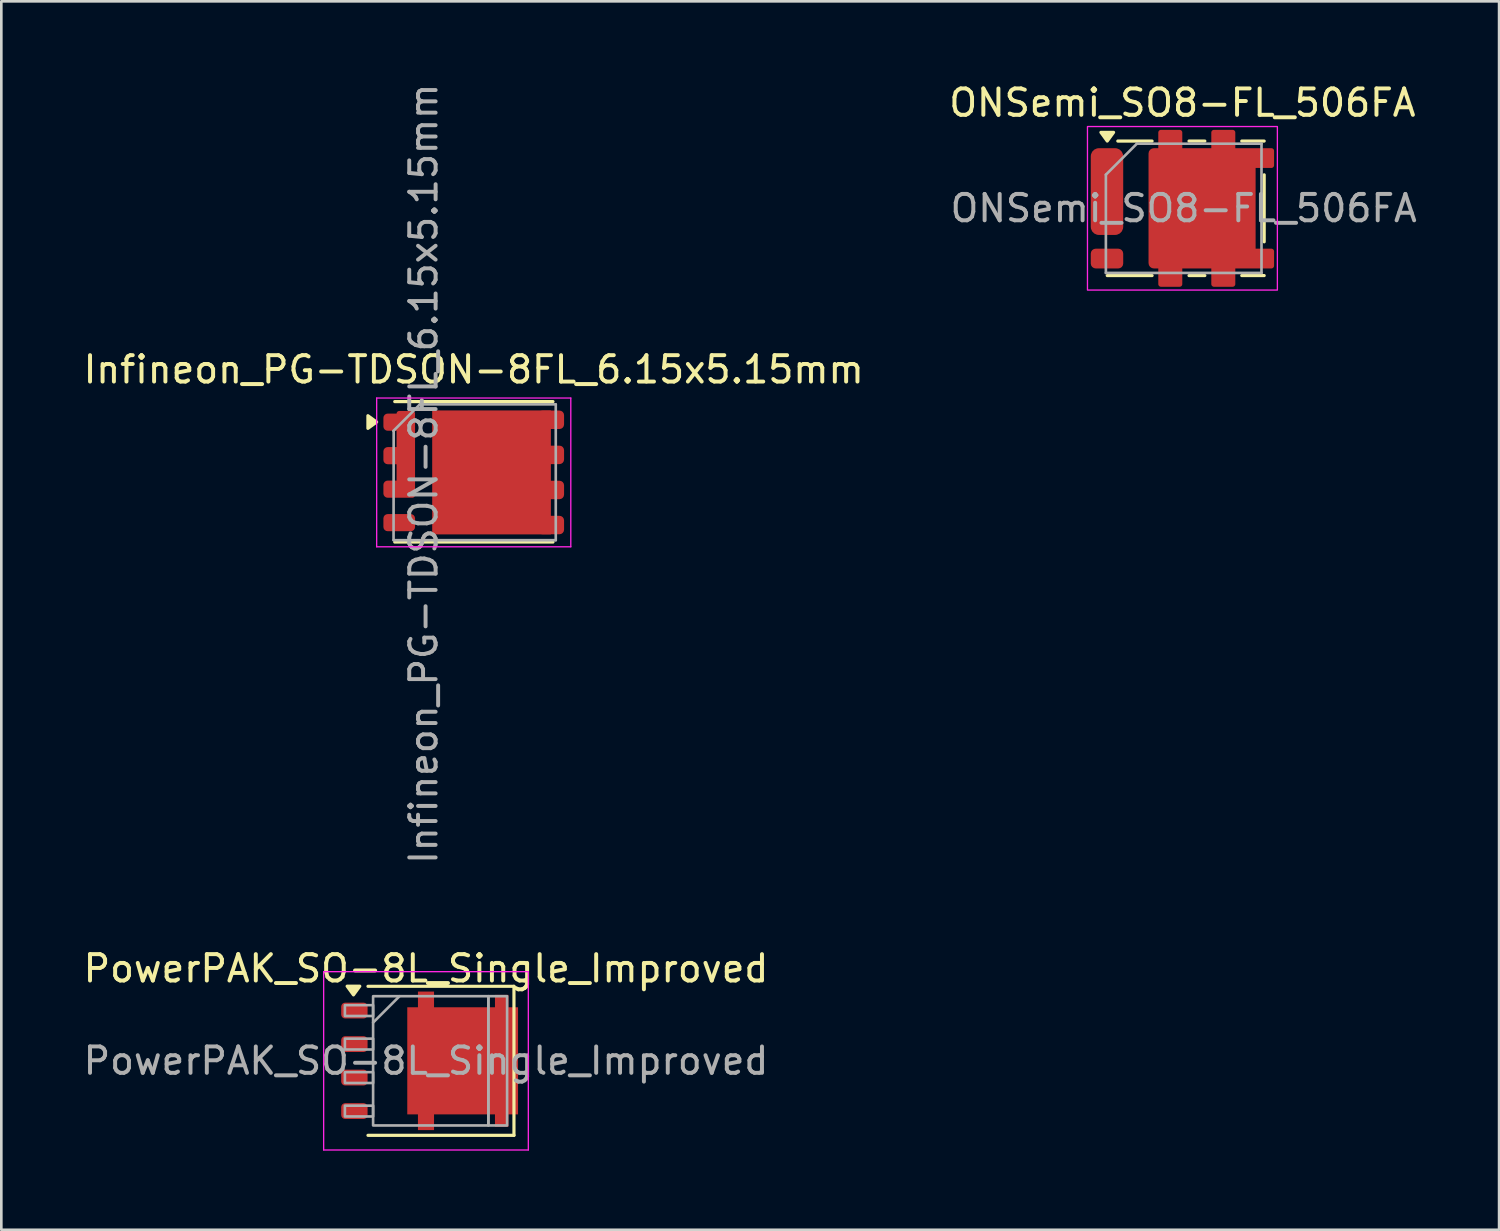
<source format=kicad_pcb>
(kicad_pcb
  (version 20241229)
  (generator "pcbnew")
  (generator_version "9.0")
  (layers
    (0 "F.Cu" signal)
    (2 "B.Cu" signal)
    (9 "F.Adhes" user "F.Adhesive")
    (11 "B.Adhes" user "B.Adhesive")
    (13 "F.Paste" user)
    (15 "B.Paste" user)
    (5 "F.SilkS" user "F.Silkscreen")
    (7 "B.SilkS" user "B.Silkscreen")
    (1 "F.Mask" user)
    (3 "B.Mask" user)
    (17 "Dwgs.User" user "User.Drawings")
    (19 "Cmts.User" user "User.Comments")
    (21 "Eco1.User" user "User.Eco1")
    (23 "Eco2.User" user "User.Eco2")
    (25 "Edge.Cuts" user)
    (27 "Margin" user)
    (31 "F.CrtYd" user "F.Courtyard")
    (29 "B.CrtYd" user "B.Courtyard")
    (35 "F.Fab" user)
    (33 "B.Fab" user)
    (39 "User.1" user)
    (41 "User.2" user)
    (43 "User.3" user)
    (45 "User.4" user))
  (footprint "ONSemi_SO8-FL_506FA"
    (layer "F.Cu")
    (at 41.78 4.848)
    (property "Reference" "ONSemi_SO8-FL_506FA" (at 0 -4 0) (layer "F.SilkS") (effects (font (size 1 1) (thickness 0.15))))
    (attr smd)
    (fp_line (start -1.15 -2.55) (end -2.45 -2.55) (stroke (width 0.12) (type solid)) (layer "F.SilkS"))
    (fp_line (start -1.15 2.55) (end -2.85 2.55) (stroke (width 0.12) (type solid)) (layer "F.SilkS"))
    (fp_line (start 0.25 -2.55) (end 0.85 -2.55) (stroke (width 0.12) (type default)) (layer "F.SilkS"))
    (fp_line (start 0.25 2.55) (end 0.85 2.55) (stroke (width 0.12) (type default)) (layer "F.SilkS"))
    (fp_line (start 3.1 -2.55) (end 2.25 -2.55) (stroke (width 0.12) (type solid)) (layer "F.SilkS"))
    (fp_line (start 3.1 -1.27) (end 3.1 1.27) (stroke (width 0.12) (type solid)) (layer "F.SilkS"))
    (fp_line (start 3.1 2.55) (end 2.25 2.55) (stroke (width 0.12) (type solid)) (layer "F.SilkS"))
    (fp_poly (pts (xy -2.85 -2.55) (xy -2.61 -2.88) (xy -3.09 -2.88) (xy -2.85 -2.55)) (stroke (width 0.12) (type solid)) (fill yes) (layer "F.SilkS"))
    (fp_rect (start -3.6 -3.1) (end 3.6 3.1) (stroke (width 0.05) (type default)) (fill no) (layer "F.CrtYd"))
    (fp_line (start -2.902 -1.275) (end -2.902 2.45) (stroke (width 0.1) (type solid)) (layer "F.Fab"))
    (fp_line (start -1.727 -2.45) (end -2.902 -1.275) (stroke (width 0.1) (type solid)) (layer "F.Fab"))
    (fp_line (start 2.998 -2.45) (end -1.727 -2.45) (stroke (width 0.1) (type solid)) (layer "F.Fab"))
    (fp_line (start 2.998 -2.45) (end 2.998 2.45) (stroke (width 0.1) (type solid)) (layer "F.Fab"))
    (fp_line (start 2.998 2.45) (end -2.902 2.45) (stroke (width 0.1) (type solid)) (layer "F.Fab"))
    (fp_text user "${REFERENCE}" (at 0.048 0 0) (layer "F.Fab") (effects (font (size 1 1) (thickness 0.15))))
    (pad "1" smd roundrect (at -2.86 -0.635) (size 1.23 3.29) (layers "F.Cu" "F.Mask" "F.Paste") (roundrect_rratio 0.25))
    (pad "2" smd roundrect (at -2.86 1.905) (size 1.23 0.75) (layers "F.Cu" "F.Mask" "F.Paste") (roundrect_rratio 0.25))
    (pad "3" smd custom (at 0.745 0) (size 4.06 4.06) (layers "F.Cu" "F.Mask" "F.Paste") (options (anchor circle)) (primitives (gr_poly (pts (xy -2.03 -2.077) (xy -2.015 -2.155) (xy -1.971 -2.221) (xy -1.905 -2.265) (xy -1.827 -2.28) (xy 1.827 -2.28) (xy 1.905 -2.265) (xy 1.971 -2.221) (xy 2.015 -2.155) (xy 2.03 -2.077) (xy 2.03 2.077) (xy 2.015 2.155) (xy 1.971 2.221) (xy 1.905 2.265) (xy 1.827 2.28) (xy -1.827 2.28) (xy -1.905 2.265) (xy -1.971 2.221) (xy -2.015 2.155) (xy -2.03 2.077)) (width 0) (fill yes)) (gr_rect (start 1.755 1.63) (end 2.63 2.18) (width 0.2) (fill yes)) (gr_rect (start 1.755 -2.18) (end 2.63 -1.63) (width 0.2) (fill yes)) (gr_rect (start 0.45 -2.875) (end 1.16 2.875) (width 0.2) (fill yes)) (gr_rect (start -1.56 -2.875) (end -0.85 2.875) (width 0.2) (fill yes)))))
  (footprint "PowerPAK_SO-8L_Single_Improved"
    (layer "F.Cu")
    (at 13.101 37.17)
    (property "Reference" "PowerPAK_SO-8L_Single_Improved" (at 0 -3.5 0) (layer "F.SilkS") (effects (font (size 1 1) (thickness 0.15))))
    (attr smd)
    (fp_line (start -2.2 -2.825) (end 3.335 -2.825) (stroke (width 0.12) (type solid)) (layer "F.SilkS"))
    (fp_line (start -2.2 2.825) (end 3.335 2.825) (stroke (width 0.12) (type solid)) (layer "F.SilkS"))
    (fp_line (start 3.335 -2.825) (end 3.335 2.825) (stroke (width 0.12) (type solid)) (layer "F.SilkS"))
    (fp_poly (pts (xy -2.75 -2.5) (xy -2.51 -2.83) (xy -2.99 -2.83) (xy -2.75 -2.5)) (stroke (width 0.12) (type solid)) (fill yes) (layer "F.SilkS"))
    (fp_line (start -3.88 -3.38) (end -3.88 3.38) (stroke (width 0.05) (type solid)) (layer "F.CrtYd"))
    (fp_line (start -3.88 -3.38) (end 3.88 -3.38) (stroke (width 0.05) (type solid)) (layer "F.CrtYd"))
    (fp_line (start -3.88 3.38) (end 3.88 3.38) (stroke (width 0.05) (type solid)) (layer "F.CrtYd"))
    (fp_line (start 3.88 -3.38) (end 3.88 3.38) (stroke (width 0.05) (type solid)) (layer "F.CrtYd"))
    (fp_line (start -2.005 -1.45) (end -1.005 -2.45) (stroke (width 0.1) (type default)) (layer "F.Fab"))
    (fp_rect (start -3.075 -2.11) (end -2.005 -1.7) (stroke (width 0.1) (type default)) (fill no) (layer "F.Fab"))
    (fp_rect (start -3.075 -0.84) (end -2.005 -0.43) (stroke (width 0.1) (type default)) (fill no) (layer "F.Fab"))
    (fp_rect (start -3.075 0.43) (end -2.005 0.84) (stroke (width 0.1) (type default)) (fill no) (layer "F.Fab"))
    (fp_rect (start -3.075 1.7) (end -2.005 2.11) (stroke (width 0.1) (type default)) (fill no) (layer "F.Fab"))
    (fp_rect (start -2.005 -2.45) (end 2.365 2.45) (stroke (width 0.1) (type default)) (fill no) (layer "F.Fab"))
    (fp_rect (start 2.365 -2.45) (end 3.075 2.45) (stroke (width 0.1) (type default)) (fill no) (layer "F.Fab"))
    (fp_text user "${REFERENCE}" (at 0 0 0) (layer "F.Fab") (effects (font (size 1 1) (thickness 0.15))))
    (pad "" smd roundrect (at 0.107 -0.965) (size 1.645 1.63) (layers "F.Paste") (roundrect_rratio 0.25))
    (pad "" smd roundrect (at 0.107 0.965) (size 1.645 1.63) (layers "F.Paste") (roundrect_rratio 0.25))
    (pad "" smd roundrect (at 2.053 -0.965) (size 1.645 1.63) (layers "F.Paste") (roundrect_rratio 0.25))
    (pad "" smd roundrect (at 2.053 0.965) (size 1.645 1.63) (layers "F.Paste") (roundrect_rratio 0.25))
    (pad "1" smd roundrect (at -2.715 -1.905) (size 1 0.6) (layers "F.Cu" "F.Mask" "F.Paste") (roundrect_rratio 0.25))
    (pad "2" smd roundrect (at -2.715 -0.635) (size 1 0.6) (layers "F.Cu" "F.Mask" "F.Paste") (roundrect_rratio 0.25))
    (pad "3" smd roundrect (at -2.715 0.635) (size 1 0.6) (layers "F.Cu" "F.Mask" "F.Paste") (roundrect_rratio 0.25))
    (pad "4" smd roundrect (at -2.715 1.905) (size 1 0.6) (layers "F.Cu" "F.Mask" "F.Paste") (roundrect_rratio 0.25))
    (pad "5" smd rect (at 0 -2.313) (size 0.61 0.626) (layers "F.Cu" "F.Mask" "F.Paste"))
    (pad "5" smd rect (at 0 2.313) (size 0.61 0.626) (layers "F.Cu" "F.Mask" "F.Paste"))
    (pad "5" smd rect (at 1.39 0) (size 4.2 4.061) (layers "F.Cu" "F.Mask"))
    (pad "5" smd rect (at 2.87 -2.25) (size 0.51 0.5) (layers "F.Cu" "F.Mask" "F.Paste"))
    (pad "5" smd rect (at 2.87 2.25) (size 0.51 0.5) (layers "F.Cu" "F.Mask" "F.Paste")))
  (footprint "Infineon_PG-TDSON-8FL_6.15x5.15mm"
    (layer "F.Cu")
    (at 14.911 14.861)
    (property "Reference" "Infineon_PG-TDSON-8FL_6.15x5.15mm" (at 0 -3.9 0) (layer "F.SilkS") (effects (font (size 1 1) (thickness 0.15))))
    (attr smd)
    (fp_line (start 3.005 -2.685) (end -2.995 -2.685) (stroke (width 0.12) (type solid)) (layer "F.SilkS"))
    (fp_line (start 3.005 2.64) (end -2.995 2.64) (stroke (width 0.12) (type solid)) (layer "F.SilkS"))
    (fp_poly (pts (xy -3.682 -1.91) (xy -4.012 -1.67) (xy -4.012 -2.15) (xy -3.682 -1.91)) (stroke (width 0.12) (type solid)) (fill yes) (layer "F.SilkS"))
    (fp_line (start -3.68 -2.82) (end 3.68 -2.82) (stroke (width 0.05) (type solid)) (layer "F.CrtYd"))
    (fp_line (start -3.68 2.82) (end -3.68 -2.82) (stroke (width 0.05) (type solid)) (layer "F.CrtYd"))
    (fp_line (start 3.68 -2.82) (end 3.68 2.82) (stroke (width 0.05) (type solid)) (layer "F.CrtYd"))
    (fp_line (start 3.68 2.82) (end -3.68 2.82) (stroke (width 0.05) (type solid)) (layer "F.CrtYd"))
    (fp_line (start -3.035 -1.57) (end -3.04 2.56) (stroke (width 0.1) (type solid)) (layer "F.Fab"))
    (fp_line (start -2.045 -2.575) (end -3.045 -1.575) (stroke (width 0.1) (type solid)) (layer "F.Fab"))
    (fp_line (start -2.04 -2.58) (end 3.11 -2.58) (stroke (width 0.1) (type solid)) (layer "F.Fab"))
    (fp_line (start 3.11 -2.58) (end 3.11 2.57) (stroke (width 0.1) (type solid)) (layer "F.Fab"))
    (fp_line (start 3.11 2.57) (end -3.04 2.57) (stroke (width 0.1) (type solid)) (layer "F.Fab"))
    (fp_text user "${REFERENCE}" (at -1.9 0.05 90) (layer "F.Fab") (effects (font (size 1 1) (thickness 0.15))))
    (pad "" smd rect (at -0.8 -1.725) (size 0.9 0.9) (layers "F.Paste"))
    (pad "" smd rect (at -0.8 -0.575) (size 0.9 0.9) (layers "F.Paste"))
    (pad "" smd rect (at -0.8 0.575) (size 0.9 0.9) (layers "F.Paste"))
    (pad "" smd rect (at -0.8 1.725) (size 0.9 0.9) (layers "F.Paste"))
    (pad "" smd rect (at 0.425 -1.725) (size 0.9 0.9) (layers "F.Paste"))
    (pad "" smd rect (at 0.425 -0.575) (size 0.9 0.9) (layers "F.Paste"))
    (pad "" smd rect (at 0.425 0.575) (size 0.9 0.9) (layers "F.Paste"))
    (pad "" smd rect (at 0.425 1.725) (size 0.9 0.9) (layers "F.Paste"))
    (pad "" smd rect (at 1.625 -1.725) (size 0.9 0.9) (layers "F.Paste"))
    (pad "" smd rect (at 1.625 -0.575) (size 0.9 0.9) (layers "F.Paste"))
    (pad "" smd rect (at 1.625 0.575) (size 0.9 0.9) (layers "F.Paste"))
    (pad "" smd rect (at 1.625 1.725) (size 0.9 0.9) (layers "F.Paste"))
    (pad "1" smd custom (at -2.825 -0.635) (size 0.65 0.65) (layers "F.Cu" "F.Mask" "F.Paste") (options (anchor circle)) (primitives (gr_rect (start 0 -1.595) (end 0.5 1.495) (width 0.2) (fill yes)) (gr_poly (pts (xy -0.6 1.107) (xy -0.588 1.045) (xy -0.552 0.993) (xy -0.5 0.957) (xy -0.438 0.945) (xy 0.438 0.945) (xy 0.5 0.957) (xy 0.552 0.993) (xy 0.588 1.045) (xy 0.6 1.107) (xy 0.6 1.433) (xy 0.588 1.495) (xy 0.552 1.547) (xy 0.5 1.583) (xy 0.438 1.595) (xy -0.438 1.595) (xy -0.5 1.583) (xy -0.552 1.547) (xy -0.588 1.495) (xy -0.6 1.433)) (width 0) (fill yes)) (gr_poly (pts (xy -0.6 -1.433) (xy -0.588 -1.495) (xy -0.552 -1.547) (xy -0.5 -1.583) (xy -0.438 -1.595) (xy 0.438 -1.595) (xy 0.5 -1.583) (xy 0.552 -1.547) (xy 0.588 -1.495) (xy 0.6 -1.433) (xy 0.6 -1.107) (xy 0.588 -1.045) (xy 0.552 -0.993) (xy 0.5 -0.957) (xy 0.438 -0.945) (xy -0.438 -0.945) (xy -0.5 -0.957) (xy -0.552 -0.993) (xy -0.588 -1.045) (xy -0.6 -1.107)) (width 0) (fill yes)) (gr_poly (pts (xy -0.6 -0.163) (xy -0.588 -0.225) (xy -0.552 -0.277) (xy -0.5 -0.313) (xy -0.438 -0.325) (xy 0.438 -0.325) (xy 0.5 -0.313) (xy 0.552 -0.277) (xy 0.588 -0.225) (xy 0.6 -0.163) (xy 0.6 0.163) (xy 0.588 0.225) (xy 0.552 0.277) (xy 0.5 0.313) (xy 0.438 0.325) (xy -0.438 0.325) (xy -0.5 0.313) (xy -0.552 0.277) (xy -0.588 0.225) (xy -0.6 0.163)) (width 0) (fill yes))))
    (pad "2" smd roundrect (at -2.825 1.905) (size 1.2 0.65) (layers "F.Cu" "F.Mask" "F.Paste") (roundrect_rratio 0.25))
    (pad "3" smd rect (at 0.675 0) (size 4.5 4.7) (layers "F.Cu" "F.Mask"))
    (pad "3" smd roundrect (at 2.925 -1.995) (size 1 0.7) (layers "F.Cu" "F.Mask" "F.Paste") (roundrect_rratio 0.25))
    (pad "3" smd roundrect (at 2.925 -0.665) (size 1 0.7) (layers "F.Cu" "F.Mask" "F.Paste") (roundrect_rratio 0.25))
    (pad "3" smd roundrect (at 2.925 0.665) (size 1 0.7) (layers "F.Cu" "F.Mask" "F.Paste") (roundrect_rratio 0.25))
    (pad "3" smd roundrect (at 2.925 1.995) (size 1 0.7) (layers "F.Cu" "F.Mask" "F.Paste") (roundrect_rratio 0.25)))
  (gr_rect
    (start -3 -3)
    (end 53.786 43.575)
    (stroke (width 0.1) (type default))
    (fill no)
    (layer "Edge.Cuts")))
</source>
